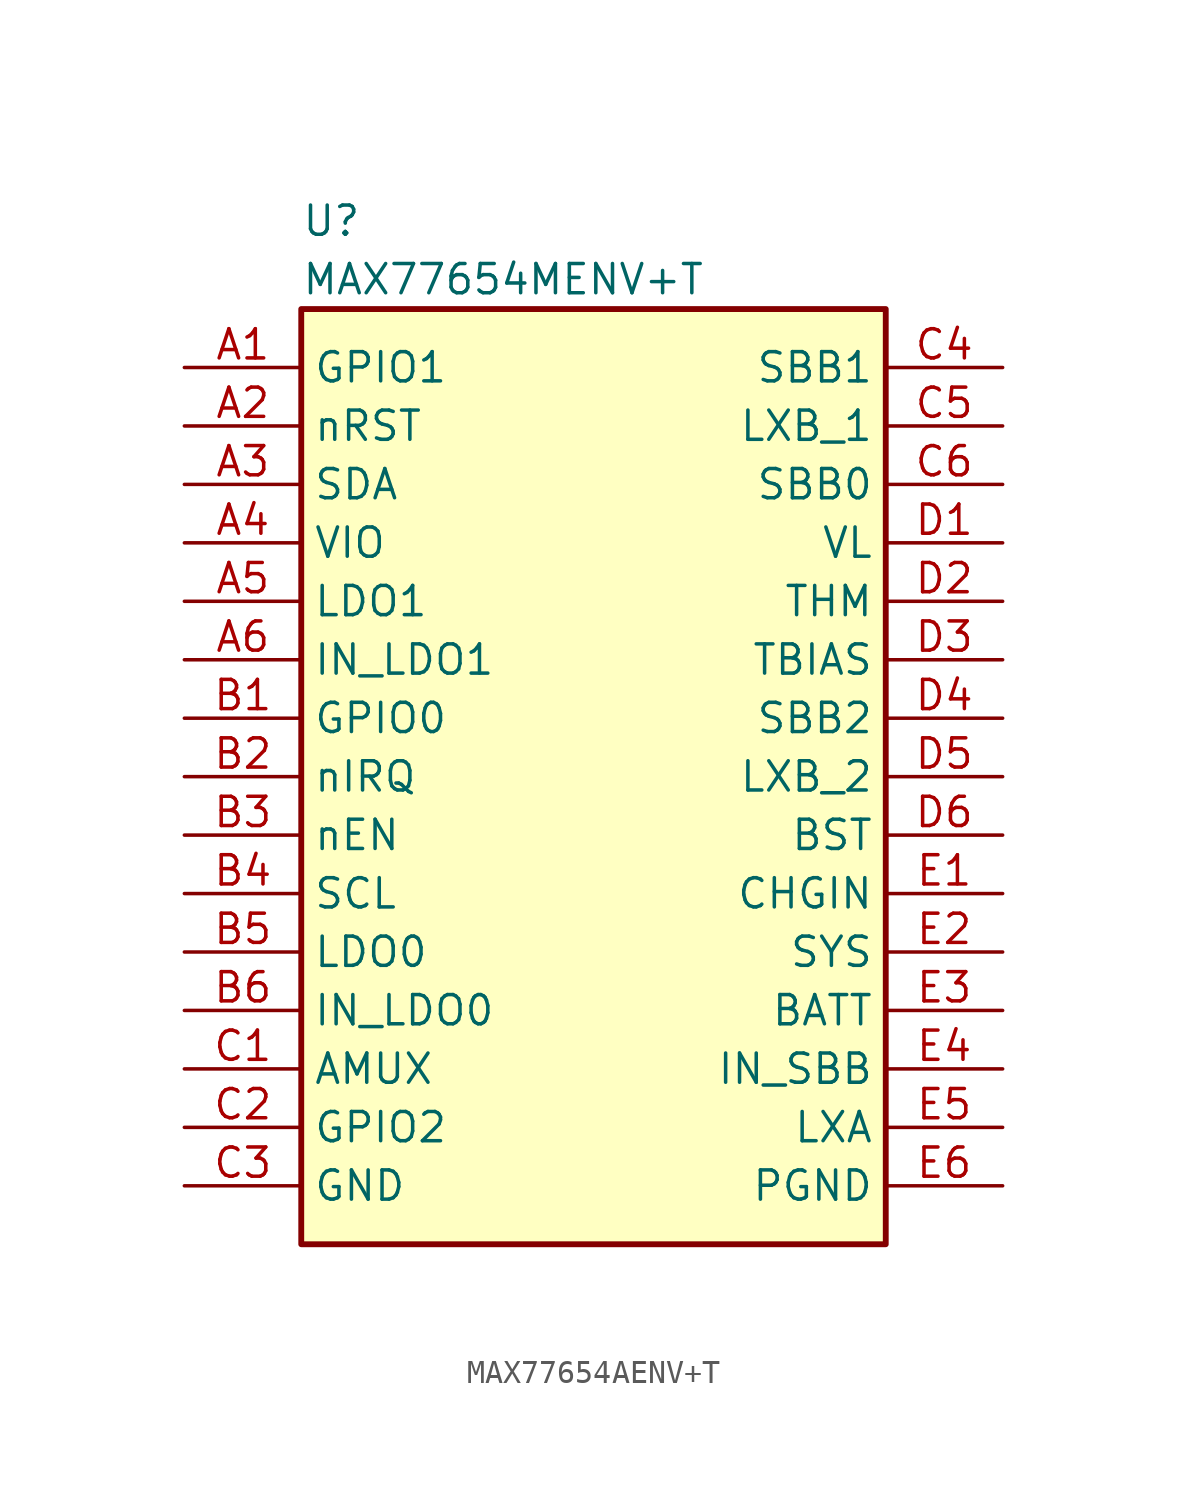
<source format=kicad_sym>
(kicad_symbol_lib
  (version 20220914)
  (generator kicad_symbol_editor)
  (symbol "MAX77654AENV+T"
    (property "Reference" "U"
      (at -12.7 24.892 0)
      (effects (font (size 1.27 1.27)) (justify left top)))
    (property "Value" "MAX77654MENV+T"
      (at -12.7 22.352 0)
      (effects (font (size 1.27 1.27)) (justify left top)))
    (symbol "MAX77654AENV+T_1_1"
      (rectangle (start -12.7 20.32) (end 12.7 -20.32) (stroke (width 0.254) (type default)) (fill (type background)))
      (pin passive line (at -17.78 17.78 0) (length 5.08) (name "GPIO1" (effects (font (size 1.27 1.27)))) (number "A1" (effects (font (size 1.27 1.27)))))
      (pin passive line (at -17.78 15.24 0) (length 5.08) (name "nRST" (effects (font (size 1.27 1.27)))) (number "A2" (effects (font (size 1.27 1.27)))))
      (pin passive line (at -17.78 12.7 0) (length 5.08) (name "SDA" (effects (font (size 1.27 1.27)))) (number "A3" (effects (font (size 1.27 1.27)))))
      (pin passive line (at -17.78 10.16 0) (length 5.08) (name "VIO" (effects (font (size 1.27 1.27)))) (number "A4" (effects (font (size 1.27 1.27)))))
      (pin passive line (at -17.78 7.62 0) (length 5.08) (name "LDO1" (effects (font (size 1.27 1.27)))) (number "A5" (effects (font (size 1.27 1.27)))))
      (pin passive line (at -17.78 5.08 0) (length 5.08) (name "IN_LDO1" (effects (font (size 1.27 1.27)))) (number "A6" (effects (font (size 1.27 1.27)))))
      (pin passive line (at -17.78 2.54 0) (length 5.08) (name "GPIO0" (effects (font (size 1.27 1.27)))) (number "B1" (effects (font (size 1.27 1.27)))))
      (pin passive line (at -17.78 0 0) (length 5.08) (name "nIRQ" (effects (font (size 1.27 1.27)))) (number "B2" (effects (font (size 1.27 1.27)))))
      (pin passive line (at -17.78 -2.54 0) (length 5.08) (name "nEN" (effects (font (size 1.27 1.27)))) (number "B3" (effects (font (size 1.27 1.27)))))
      (pin passive line (at -17.78 -5.08 0) (length 5.08) (name "SCL" (effects (font (size 1.27 1.27)))) (number "B4" (effects (font (size 1.27 1.27)))))
      (pin passive line (at -17.78 -7.62 0) (length 5.08) (name "LDO0" (effects (font (size 1.27 1.27)))) (number "B5" (effects (font (size 1.27 1.27)))))
      (pin passive line (at -17.78 -10.16 0) (length 5.08) (name "IN_LDO0" (effects (font (size 1.27 1.27)))) (number "B6" (effects (font (size 1.27 1.27)))))
      (pin passive line (at -17.78 -12.7 0) (length 5.08) (name "AMUX" (effects (font (size 1.27 1.27)))) (number "C1" (effects (font (size 1.27 1.27)))))
      (pin passive line (at -17.78 -15.24 0) (length 5.08) (name "GPIO2" (effects (font (size 1.27 1.27)))) (number "C2" (effects (font (size 1.27 1.27)))))
      (pin passive line (at -17.78 -17.78 0) (length 5.08) (name "GND" (effects (font (size 1.27 1.27)))) (number "C3" (effects (font (size 1.27 1.27)))))
      (pin passive line (at 17.78 17.78 180) (length 5.08) (name "SBB1" (effects (font (size 1.27 1.27)))) (number "C4" (effects (font (size 1.27 1.27)))))
      (pin passive line (at 17.78 15.24 180) (length 5.08) (name "LXB_1" (effects (font (size 1.27 1.27)))) (number "C5" (effects (font (size 1.27 1.27)))))
      (pin passive line (at 17.78 12.7 180) (length 5.08) (name "SBB0" (effects (font (size 1.27 1.27)))) (number "C6" (effects (font (size 1.27 1.27)))))
      (pin passive line (at 17.78 10.16 180) (length 5.08) (name "VL" (effects (font (size 1.27 1.27)))) (number "D1" (effects (font (size 1.27 1.27)))))
      (pin passive line (at 17.78 7.62 180) (length 5.08) (name "THM" (effects (font (size 1.27 1.27)))) (number "D2" (effects (font (size 1.27 1.27)))))
      (pin passive line (at 17.78 5.08 180) (length 5.08) (name "TBIAS" (effects (font (size 1.27 1.27)))) (number "D3" (effects (font (size 1.27 1.27)))))
      (pin passive line (at 17.78 2.54 180) (length 5.08) (name "SBB2" (effects (font (size 1.27 1.27)))) (number "D4" (effects (font (size 1.27 1.27)))))
      (pin passive line (at 17.78 0 180) (length 5.08) (name "LXB_2" (effects (font (size 1.27 1.27)))) (number "D5" (effects (font (size 1.27 1.27)))))
      (pin passive line (at 17.78 -2.54 180) (length 5.08) (name "BST" (effects (font (size 1.27 1.27)))) (number "D6" (effects (font (size 1.27 1.27)))))
      (pin passive line (at 17.78 -5.08 180) (length 5.08) (name "CHGIN" (effects (font (size 1.27 1.27)))) (number "E1" (effects (font (size 1.27 1.27)))))
      (pin passive line (at 17.78 -7.62 180) (length 5.08) (name "SYS" (effects (font (size 1.27 1.27)))) (number "E2" (effects (font (size 1.27 1.27)))))
      (pin passive line (at 17.78 -10.16 180) (length 5.08) (name "BATT" (effects (font (size 1.27 1.27)))) (number "E3" (effects (font (size 1.27 1.27)))))
      (pin passive line (at 17.78 -12.7 180) (length 5.08) (name "IN_SBB" (effects (font (size 1.27 1.27)))) (number "E4" (effects (font (size 1.27 1.27)))))
      (pin passive line (at 17.78 -15.24 180) (length 5.08) (name "LXA" (effects (font (size 1.27 1.27)))) (number "E5" (effects (font (size 1.27 1.27)))))
      (pin passive line (at 17.78 -17.78 180) (length 5.08) (name "PGND" (effects (font (size 1.27 1.27)))) (number "E6" (effects (font (size 1.27 1.27))))))))
</source>
